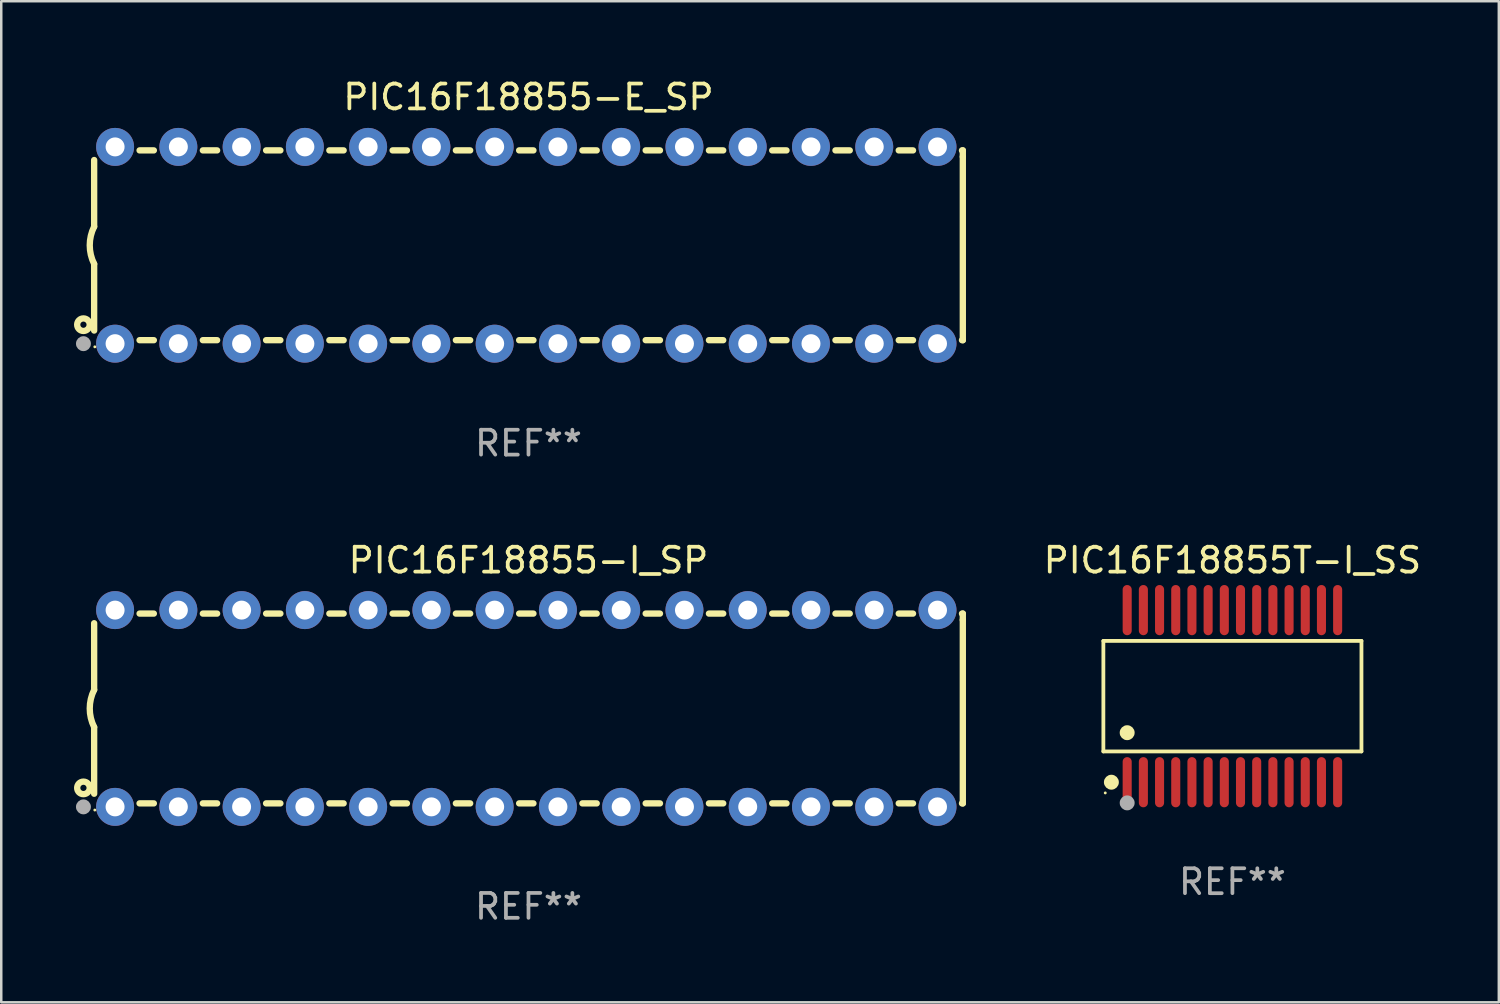
<source format=kicad_pcb>
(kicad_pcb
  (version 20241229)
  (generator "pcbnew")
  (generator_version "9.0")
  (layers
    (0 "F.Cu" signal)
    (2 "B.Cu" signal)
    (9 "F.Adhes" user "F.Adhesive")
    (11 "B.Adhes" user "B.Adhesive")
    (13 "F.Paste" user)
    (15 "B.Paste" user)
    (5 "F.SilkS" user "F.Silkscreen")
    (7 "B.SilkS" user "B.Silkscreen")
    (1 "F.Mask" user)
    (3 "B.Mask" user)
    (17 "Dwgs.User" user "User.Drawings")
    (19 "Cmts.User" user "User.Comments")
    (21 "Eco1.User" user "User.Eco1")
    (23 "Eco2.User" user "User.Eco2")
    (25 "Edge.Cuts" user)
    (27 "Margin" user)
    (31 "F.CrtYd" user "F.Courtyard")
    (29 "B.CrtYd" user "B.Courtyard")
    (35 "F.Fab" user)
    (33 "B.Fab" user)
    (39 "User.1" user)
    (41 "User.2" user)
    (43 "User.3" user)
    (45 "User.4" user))
  (footprint "PIC16F18855T-I_SS"
    (layer "F.Cu")
    (at 46.43 24.9)
    (property "Reference" "PIC16F18855T-I_SS" (at 0 -5.455 0) (layer "F.SilkS") (effects (font (size 1 1) (thickness 0.15))))
    (attr through_hole)
    (fp_line (start -5.181 -2.219) (end 5.181 -2.219) (stroke (width 0.152) (type solid)) (layer "F.SilkS"))
    (fp_line (start -5.181 2.219) (end -5.181 -2.219) (stroke (width 0.152) (type solid)) (layer "F.SilkS"))
    (fp_line (start 5.181 -2.219) (end 5.181 2.219) (stroke (width 0.152) (type solid)) (layer "F.SilkS"))
    (fp_line (start 5.181 2.219) (end -5.181 2.219) (stroke (width 0.152) (type solid)) (layer "F.SilkS"))
    (fp_circle (center -5.105 3.885) (end -5.075 3.885) (stroke (width 0.06) (type solid)) (fill no) (layer "F.SilkS"))
    (fp_circle (center -4.859 3.455) (end -4.709 3.455) (stroke (width 0.3) (type solid)) (fill no) (layer "F.SilkS"))
    (fp_circle (center -4.225 1.467) (end -4.075 1.467) (stroke (width 0.3) (type solid)) (fill no) (layer "F.SilkS"))
    (fp_circle (center -4.225 4.285) (end -4.075 4.285) (stroke (width 0.3) (type solid)) (fill no) (layer "F.Fab"))
    (fp_text user "REF**" (at 0 7.455 0) (layer "F.Fab") (effects (font (size 1 1) (thickness 0.15))))
    (pad "1" smd oval (at -4.225 3.455) (size 0.364 2.015) (layers "F.Cu" "F.Mask" "F.Paste"))
    (pad "2" smd oval (at -3.575 3.455) (size 0.364 2.015) (layers "F.Cu" "F.Mask" "F.Paste"))
    (pad "3" smd oval (at -2.925 3.455) (size 0.364 2.015) (layers "F.Cu" "F.Mask" "F.Paste"))
    (pad "4" smd oval (at -2.275 3.455) (size 0.364 2.015) (layers "F.Cu" "F.Mask" "F.Paste"))
    (pad "5" smd oval (at -1.625 3.455) (size 0.364 2.015) (layers "F.Cu" "F.Mask" "F.Paste"))
    (pad "6" smd oval (at -0.975 3.455) (size 0.364 2.015) (layers "F.Cu" "F.Mask" "F.Paste"))
    (pad "7" smd oval (at -0.325 3.455) (size 0.364 2.015) (layers "F.Cu" "F.Mask" "F.Paste"))
    (pad "8" smd oval (at 0.325 3.455) (size 0.364 2.015) (layers "F.Cu" "F.Mask" "F.Paste"))
    (pad "9" smd oval (at 0.975 3.455) (size 0.364 2.015) (layers "F.Cu" "F.Mask" "F.Paste"))
    (pad "10" smd oval (at 1.625 3.455) (size 0.364 2.015) (layers "F.Cu" "F.Mask" "F.Paste"))
    (pad "11" smd oval (at 2.275 3.455) (size 0.364 2.015) (layers "F.Cu" "F.Mask" "F.Paste"))
    (pad "12" smd oval (at 2.925 3.455) (size 0.364 2.015) (layers "F.Cu" "F.Mask" "F.Paste"))
    (pad "13" smd oval (at 3.575 3.455) (size 0.364 2.015) (layers "F.Cu" "F.Mask" "F.Paste"))
    (pad "14" smd oval (at 4.225 3.455) (size 0.364 2.015) (layers "F.Cu" "F.Mask" "F.Paste"))
    (pad "15" smd oval (at 4.225 -3.455) (size 0.364 2.015) (layers "F.Cu" "F.Mask" "F.Paste"))
    (pad "16" smd oval (at 3.575 -3.455) (size 0.364 2.015) (layers "F.Cu" "F.Mask" "F.Paste"))
    (pad "17" smd oval (at 2.925 -3.455) (size 0.364 2.015) (layers "F.Cu" "F.Mask" "F.Paste"))
    (pad "18" smd oval (at 2.275 -3.455) (size 0.364 2.015) (layers "F.Cu" "F.Mask" "F.Paste"))
    (pad "19" smd oval (at 1.625 -3.455) (size 0.364 2.015) (layers "F.Cu" "F.Mask" "F.Paste"))
    (pad "20" smd oval (at 0.975 -3.455) (size 0.364 2.015) (layers "F.Cu" "F.Mask" "F.Paste"))
    (pad "21" smd oval (at 0.325 -3.455) (size 0.364 2.015) (layers "F.Cu" "F.Mask" "F.Paste"))
    (pad "22" smd oval (at -0.325 -3.455) (size 0.364 2.015) (layers "F.Cu" "F.Mask" "F.Paste"))
    (pad "23" smd oval (at -0.975 -3.455) (size 0.364 2.015) (layers "F.Cu" "F.Mask" "F.Paste"))
    (pad "24" smd oval (at -1.625 -3.455) (size 0.364 2.015) (layers "F.Cu" "F.Mask" "F.Paste"))
    (pad "25" smd oval (at -2.275 -3.455) (size 0.364 2.015) (layers "F.Cu" "F.Mask" "F.Paste"))
    (pad "26" smd oval (at -2.925 -3.455) (size 0.364 2.015) (layers "F.Cu" "F.Mask" "F.Paste"))
    (pad "27" smd oval (at -3.575 -3.455) (size 0.364 2.015) (layers "F.Cu" "F.Mask" "F.Paste"))
    (pad "28" smd oval (at -4.225 -3.455) (size 0.364 2.015) (layers "F.Cu" "F.Mask" "F.Paste")))
  (footprint "PIC16F18855-I_SP"
    (layer "F.Cu")
    (at 18.168 25.395)
    (property "Reference" "PIC16F18855-I_SP" (at 0 -5.95 0) (layer "F.SilkS") (effects (font (size 1 1) (thickness 0.15))))
    (attr through_hole)
    (fp_line (start -17.438 0.75) (end -17.438 3.423) (stroke (width 0.254) (type solid)) (layer "F.SilkS"))
    (fp_line (start -17.438 -3.423) (end -17.438 -0.75) (stroke (width 0.254) (type solid)) (layer "F.SilkS"))
    (fp_line (start -15.615 3.81) (end -15.041 3.81) (stroke (width 0.254) (type solid)) (layer "F.SilkS"))
    (fp_line (start -15.041 -3.81) (end -15.614 -3.81) (stroke (width 0.254) (type solid)) (layer "F.SilkS"))
    (fp_line (start -13.075 3.81) (end -12.501 3.81) (stroke (width 0.254) (type solid)) (layer "F.SilkS"))
    (fp_line (start -12.501 -3.81) (end -13.074 -3.81) (stroke (width 0.254) (type solid)) (layer "F.SilkS"))
    (fp_line (start -10.535 3.81) (end -9.961 3.81) (stroke (width 0.254) (type solid)) (layer "F.SilkS"))
    (fp_line (start -9.961 -3.81) (end -10.534 -3.81) (stroke (width 0.254) (type solid)) (layer "F.SilkS"))
    (fp_line (start -7.995 3.81) (end -7.421 3.81) (stroke (width 0.254) (type solid)) (layer "F.SilkS"))
    (fp_line (start -7.421 -3.81) (end -7.995 -3.81) (stroke (width 0.254) (type solid)) (layer "F.SilkS"))
    (fp_line (start -5.455 3.81) (end -4.881 3.81) (stroke (width 0.254) (type solid)) (layer "F.SilkS"))
    (fp_line (start -4.881 -3.81) (end -5.455 -3.81) (stroke (width 0.254) (type solid)) (layer "F.SilkS"))
    (fp_line (start -2.915 3.81) (end -2.341 3.81) (stroke (width 0.254) (type solid)) (layer "F.SilkS"))
    (fp_line (start -2.341 -3.81) (end -2.915 -3.81) (stroke (width 0.254) (type solid)) (layer "F.SilkS"))
    (fp_line (start -0.375 3.81) (end 0.199 3.81) (stroke (width 0.254) (type solid)) (layer "F.SilkS"))
    (fp_line (start 0.199 -3.81) (end -0.375 -3.81) (stroke (width 0.254) (type solid)) (layer "F.SilkS"))
    (fp_line (start 2.165 3.81) (end 2.739 3.81) (stroke (width 0.254) (type solid)) (layer "F.SilkS"))
    (fp_line (start 2.739 -3.81) (end 2.165 -3.81) (stroke (width 0.254) (type solid)) (layer "F.SilkS"))
    (fp_line (start 4.705 3.81) (end 5.279 3.81) (stroke (width 0.254) (type solid)) (layer "F.SilkS"))
    (fp_line (start 5.279 -3.81) (end 4.705 -3.81) (stroke (width 0.254) (type solid)) (layer "F.SilkS"))
    (fp_line (start 7.245 3.81) (end 7.819 3.81) (stroke (width 0.254) (type solid)) (layer "F.SilkS"))
    (fp_line (start 7.819 -3.81) (end 7.245 -3.81) (stroke (width 0.254) (type solid)) (layer "F.SilkS"))
    (fp_line (start 9.785 3.81) (end 10.359 3.81) (stroke (width 0.254) (type solid)) (layer "F.SilkS"))
    (fp_line (start 10.359 -3.81) (end 9.785 -3.81) (stroke (width 0.254) (type solid)) (layer "F.SilkS"))
    (fp_line (start 12.325 3.81) (end 12.899 3.81) (stroke (width 0.254) (type solid)) (layer "F.SilkS"))
    (fp_line (start 12.899 -3.81) (end 12.325 -3.81) (stroke (width 0.254) (type solid)) (layer "F.SilkS"))
    (fp_line (start 14.865 3.81) (end 15.439 3.81) (stroke (width 0.254) (type solid)) (layer "F.SilkS"))
    (fp_line (start 15.439 -3.81) (end 14.865 -3.81) (stroke (width 0.254) (type solid)) (layer "F.SilkS"))
    (fp_line (start 17.405 3.81) (end 17.438 3.81) (stroke (width 0.254) (type solid)) (layer "F.SilkS"))
    (fp_line (start 17.438 -3.81) (end 17.405 -3.81) (stroke (width 0.254) (type solid)) (layer "F.SilkS"))
    (fp_line (start 17.438 -3.556) (end 17.438 -3.81) (stroke (width 0.254) (type solid)) (layer "F.SilkS"))
    (fp_line (start 17.438 3.81) (end 17.438 -3.556) (stroke (width 0.254) (type solid)) (layer "F.SilkS"))
    (fp_arc (start -17.437986 0.749657) (mid -17.614887 -0.000024) (end -17.437783 -0.749657) (stroke (width 0.254001) (type solid)) (layer "F.SilkS"))
    (fp_circle (center -17.868 3.188) (end -17.743 3.188) (stroke (width 0.254) (type solid)) (fill no) (layer "F.SilkS"))
    (fp_circle (center -17.411 4.077) (end -17.381 4.077) (stroke (width 0.06) (type solid)) (fill no) (layer "F.SilkS"))
    (fp_circle (center -17.868 3.95) (end -17.718 3.95) (stroke (width 0.3) (type solid)) (fill no) (layer "F.Fab"))
    (fp_text user "REF**" (at 0 7.95 0) (layer "F.Fab") (effects (font (size 1 1) (thickness 0.15))))
    (pad "1" thru_hole circle (at -16.598 3.95) (size 1.524 1.524) (drill 0.762) (layers "*.Cu" "*.Mask"))
    (pad "2" thru_hole circle (at -14.058 3.95) (size 1.524 1.524) (drill 0.762) (layers "*.Cu" "*.Mask"))
    (pad "3" thru_hole circle (at -11.518 3.95) (size 1.524 1.524) (drill 0.762) (layers "*.Cu" "*.Mask"))
    (pad "4" thru_hole circle (at -8.978 3.95) (size 1.524 1.524) (drill 0.762) (layers "*.Cu" "*.Mask"))
    (pad "5" thru_hole circle (at -6.438 3.95) (size 1.524 1.524) (drill 0.762) (layers "*.Cu" "*.Mask"))
    (pad "6" thru_hole circle (at -3.898 3.95) (size 1.524 1.524) (drill 0.762) (layers "*.Cu" "*.Mask"))
    (pad "7" thru_hole circle (at -1.358 3.95) (size 1.524 1.524) (drill 0.762) (layers "*.Cu" "*.Mask"))
    (pad "8" thru_hole circle (at 1.182 3.95) (size 1.524 1.524) (drill 0.762) (layers "*.Cu" "*.Mask"))
    (pad "9" thru_hole circle (at 3.722 3.95) (size 1.524 1.524) (drill 0.762) (layers "*.Cu" "*.Mask"))
    (pad "10" thru_hole circle (at 6.262 3.95) (size 1.524 1.524) (drill 0.762) (layers "*.Cu" "*.Mask"))
    (pad "11" thru_hole circle (at 8.802 3.95) (size 1.524 1.524) (drill 0.762) (layers "*.Cu" "*.Mask"))
    (pad "12" thru_hole circle (at 11.342 3.95) (size 1.524 1.524) (drill 0.762) (layers "*.Cu" "*.Mask"))
    (pad "13" thru_hole circle (at 13.882 3.95) (size 1.524 1.524) (drill 0.762) (layers "*.Cu" "*.Mask"))
    (pad "14" thru_hole circle (at 16.422 3.95) (size 1.524 1.524) (drill 0.762) (layers "*.Cu" "*.Mask"))
    (pad "15" thru_hole circle (at 16.422 -3.95) (size 1.524 1.524) (drill 0.762) (layers "*.Cu" "*.Mask"))
    (pad "16" thru_hole circle (at 13.882 -3.95) (size 1.524 1.524) (drill 0.762) (layers "*.Cu" "*.Mask"))
    (pad "17" thru_hole circle (at 11.342 -3.95) (size 1.524 1.524) (drill 0.762) (layers "*.Cu" "*.Mask"))
    (pad "18" thru_hole circle (at 8.802 -3.95) (size 1.524 1.524) (drill 0.762) (layers "*.Cu" "*.Mask"))
    (pad "19" thru_hole circle (at 6.262 -3.95) (size 1.524 1.524) (drill 0.762) (layers "*.Cu" "*.Mask"))
    (pad "20" thru_hole circle (at 3.722 -3.95) (size 1.524 1.524) (drill 0.762) (layers "*.Cu" "*.Mask"))
    (pad "21" thru_hole circle (at 1.182 -3.95) (size 1.524 1.524) (drill 0.762) (layers "*.Cu" "*.Mask"))
    (pad "22" thru_hole circle (at -1.358 -3.95) (size 1.524 1.524) (drill 0.762) (layers "*.Cu" "*.Mask"))
    (pad "23" thru_hole circle (at -3.898 -3.95) (size 1.524 1.524) (drill 0.762) (layers "*.Cu" "*.Mask"))
    (pad "24" thru_hole circle (at -6.438 -3.95) (size 1.524 1.524) (drill 0.762) (layers "*.Cu" "*.Mask"))
    (pad "25" thru_hole circle (at -8.978 -3.95) (size 1.524 1.524) (drill 0.762) (layers "*.Cu" "*.Mask"))
    (pad "26" thru_hole circle (at -11.517 -3.95) (size 1.524 1.524) (drill 0.762) (layers "*.Cu" "*.Mask"))
    (pad "27" thru_hole circle (at -14.057 -3.95) (size 1.524 1.524) (drill 0.762) (layers "*.Cu" "*.Mask"))
    (pad "28" thru_hole circle (at -16.597 -3.95) (size 1.524 1.524) (drill 0.762) (layers "*.Cu" "*.Mask")))
  (footprint "PIC16F18855-E_SP"
    (layer "F.Cu")
    (at 18.168 6.798)
    (property "Reference" "PIC16F18855-E_SP" (at 0 -5.95 0) (layer "F.SilkS") (effects (font (size 1 1) (thickness 0.15))))
    (attr through_hole)
    (fp_line (start -17.438 0.75) (end -17.438 3.423) (stroke (width 0.254) (type solid)) (layer "F.SilkS"))
    (fp_line (start -17.438 -3.423) (end -17.438 -0.75) (stroke (width 0.254) (type solid)) (layer "F.SilkS"))
    (fp_line (start -15.615 3.81) (end -15.041 3.81) (stroke (width 0.254) (type solid)) (layer "F.SilkS"))
    (fp_line (start -15.041 -3.81) (end -15.614 -3.81) (stroke (width 0.254) (type solid)) (layer "F.SilkS"))
    (fp_line (start -13.075 3.81) (end -12.501 3.81) (stroke (width 0.254) (type solid)) (layer "F.SilkS"))
    (fp_line (start -12.501 -3.81) (end -13.074 -3.81) (stroke (width 0.254) (type solid)) (layer "F.SilkS"))
    (fp_line (start -10.535 3.81) (end -9.961 3.81) (stroke (width 0.254) (type solid)) (layer "F.SilkS"))
    (fp_line (start -9.961 -3.81) (end -10.534 -3.81) (stroke (width 0.254) (type solid)) (layer "F.SilkS"))
    (fp_line (start -7.995 3.81) (end -7.421 3.81) (stroke (width 0.254) (type solid)) (layer "F.SilkS"))
    (fp_line (start -7.421 -3.81) (end -7.995 -3.81) (stroke (width 0.254) (type solid)) (layer "F.SilkS"))
    (fp_line (start -5.455 3.81) (end -4.881 3.81) (stroke (width 0.254) (type solid)) (layer "F.SilkS"))
    (fp_line (start -4.881 -3.81) (end -5.455 -3.81) (stroke (width 0.254) (type solid)) (layer "F.SilkS"))
    (fp_line (start -2.915 3.81) (end -2.341 3.81) (stroke (width 0.254) (type solid)) (layer "F.SilkS"))
    (fp_line (start -2.341 -3.81) (end -2.915 -3.81) (stroke (width 0.254) (type solid)) (layer "F.SilkS"))
    (fp_line (start -0.375 3.81) (end 0.199 3.81) (stroke (width 0.254) (type solid)) (layer "F.SilkS"))
    (fp_line (start 0.199 -3.81) (end -0.375 -3.81) (stroke (width 0.254) (type solid)) (layer "F.SilkS"))
    (fp_line (start 2.165 3.81) (end 2.739 3.81) (stroke (width 0.254) (type solid)) (layer "F.SilkS"))
    (fp_line (start 2.739 -3.81) (end 2.165 -3.81) (stroke (width 0.254) (type solid)) (layer "F.SilkS"))
    (fp_line (start 4.705 3.81) (end 5.279 3.81) (stroke (width 0.254) (type solid)) (layer "F.SilkS"))
    (fp_line (start 5.279 -3.81) (end 4.705 -3.81) (stroke (width 0.254) (type solid)) (layer "F.SilkS"))
    (fp_line (start 7.245 3.81) (end 7.819 3.81) (stroke (width 0.254) (type solid)) (layer "F.SilkS"))
    (fp_line (start 7.819 -3.81) (end 7.245 -3.81) (stroke (width 0.254) (type solid)) (layer "F.SilkS"))
    (fp_line (start 9.785 3.81) (end 10.359 3.81) (stroke (width 0.254) (type solid)) (layer "F.SilkS"))
    (fp_line (start 10.359 -3.81) (end 9.785 -3.81) (stroke (width 0.254) (type solid)) (layer "F.SilkS"))
    (fp_line (start 12.325 3.81) (end 12.899 3.81) (stroke (width 0.254) (type solid)) (layer "F.SilkS"))
    (fp_line (start 12.899 -3.81) (end 12.325 -3.81) (stroke (width 0.254) (type solid)) (layer "F.SilkS"))
    (fp_line (start 14.865 3.81) (end 15.439 3.81) (stroke (width 0.254) (type solid)) (layer "F.SilkS"))
    (fp_line (start 15.439 -3.81) (end 14.865 -3.81) (stroke (width 0.254) (type solid)) (layer "F.SilkS"))
    (fp_line (start 17.405 3.81) (end 17.438 3.81) (stroke (width 0.254) (type solid)) (layer "F.SilkS"))
    (fp_line (start 17.438 -3.81) (end 17.405 -3.81) (stroke (width 0.254) (type solid)) (layer "F.SilkS"))
    (fp_line (start 17.438 -3.556) (end 17.438 -3.81) (stroke (width 0.254) (type solid)) (layer "F.SilkS"))
    (fp_line (start 17.438 3.81) (end 17.438 -3.556) (stroke (width 0.254) (type solid)) (layer "F.SilkS"))
    (fp_arc (start -17.437986 0.749657) (mid -17.614887 -0.000024) (end -17.437783 -0.749657) (stroke (width 0.254001) (type solid)) (layer "F.SilkS"))
    (fp_circle (center -17.868 3.188) (end -17.743 3.188) (stroke (width 0.254) (type solid)) (fill no) (layer "F.SilkS"))
    (fp_circle (center -17.411 4.077) (end -17.381 4.077) (stroke (width 0.06) (type solid)) (fill no) (layer "F.SilkS"))
    (fp_circle (center -17.868 3.95) (end -17.718 3.95) (stroke (width 0.3) (type solid)) (fill no) (layer "F.Fab"))
    (fp_text user "REF**" (at 0 7.95 0) (layer "F.Fab") (effects (font (size 1 1) (thickness 0.15))))
    (pad "1" thru_hole circle (at -16.598 3.95) (size 1.524 1.524) (drill 0.762) (layers "*.Cu" "*.Mask"))
    (pad "2" thru_hole circle (at -14.058 3.95) (size 1.524 1.524) (drill 0.762) (layers "*.Cu" "*.Mask"))
    (pad "3" thru_hole circle (at -11.518 3.95) (size 1.524 1.524) (drill 0.762) (layers "*.Cu" "*.Mask"))
    (pad "4" thru_hole circle (at -8.978 3.95) (size 1.524 1.524) (drill 0.762) (layers "*.Cu" "*.Mask"))
    (pad "5" thru_hole circle (at -6.438 3.95) (size 1.524 1.524) (drill 0.762) (layers "*.Cu" "*.Mask"))
    (pad "6" thru_hole circle (at -3.898 3.95) (size 1.524 1.524) (drill 0.762) (layers "*.Cu" "*.Mask"))
    (pad "7" thru_hole circle (at -1.358 3.95) (size 1.524 1.524) (drill 0.762) (layers "*.Cu" "*.Mask"))
    (pad "8" thru_hole circle (at 1.182 3.95) (size 1.524 1.524) (drill 0.762) (layers "*.Cu" "*.Mask"))
    (pad "9" thru_hole circle (at 3.722 3.95) (size 1.524 1.524) (drill 0.762) (layers "*.Cu" "*.Mask"))
    (pad "10" thru_hole circle (at 6.262 3.95) (size 1.524 1.524) (drill 0.762) (layers "*.Cu" "*.Mask"))
    (pad "11" thru_hole circle (at 8.802 3.95) (size 1.524 1.524) (drill 0.762) (layers "*.Cu" "*.Mask"))
    (pad "12" thru_hole circle (at 11.342 3.95) (size 1.524 1.524) (drill 0.762) (layers "*.Cu" "*.Mask"))
    (pad "13" thru_hole circle (at 13.882 3.95) (size 1.524 1.524) (drill 0.762) (layers "*.Cu" "*.Mask"))
    (pad "14" thru_hole circle (at 16.422 3.95) (size 1.524 1.524) (drill 0.762) (layers "*.Cu" "*.Mask"))
    (pad "15" thru_hole circle (at 16.422 -3.95) (size 1.524 1.524) (drill 0.762) (layers "*.Cu" "*.Mask"))
    (pad "16" thru_hole circle (at 13.882 -3.95) (size 1.524 1.524) (drill 0.762) (layers "*.Cu" "*.Mask"))
    (pad "17" thru_hole circle (at 11.342 -3.95) (size 1.524 1.524) (drill 0.762) (layers "*.Cu" "*.Mask"))
    (pad "18" thru_hole circle (at 8.802 -3.95) (size 1.524 1.524) (drill 0.762) (layers "*.Cu" "*.Mask"))
    (pad "19" thru_hole circle (at 6.262 -3.95) (size 1.524 1.524) (drill 0.762) (layers "*.Cu" "*.Mask"))
    (pad "20" thru_hole circle (at 3.722 -3.95) (size 1.524 1.524) (drill 0.762) (layers "*.Cu" "*.Mask"))
    (pad "21" thru_hole circle (at 1.182 -3.95) (size 1.524 1.524) (drill 0.762) (layers "*.Cu" "*.Mask"))
    (pad "22" thru_hole circle (at -1.358 -3.95) (size 1.524 1.524) (drill 0.762) (layers "*.Cu" "*.Mask"))
    (pad "23" thru_hole circle (at -3.898 -3.95) (size 1.524 1.524) (drill 0.762) (layers "*.Cu" "*.Mask"))
    (pad "24" thru_hole circle (at -6.438 -3.95) (size 1.524 1.524) (drill 0.762) (layers "*.Cu" "*.Mask"))
    (pad "25" thru_hole circle (at -8.978 -3.95) (size 1.524 1.524) (drill 0.762) (layers "*.Cu" "*.Mask"))
    (pad "26" thru_hole circle (at -11.517 -3.95) (size 1.524 1.524) (drill 0.762) (layers "*.Cu" "*.Mask"))
    (pad "27" thru_hole circle (at -14.057 -3.95) (size 1.524 1.524) (drill 0.762) (layers "*.Cu" "*.Mask"))
    (pad "28" thru_hole circle (at -16.597 -3.95) (size 1.524 1.524) (drill 0.762) (layers "*.Cu" "*.Mask")))
  (gr_rect
    (start -3 -3)
    (end 57.126 37.193)
    (stroke (width 0.1) (type default))
    (fill no)
    (layer "Edge.Cuts")))
</source>
